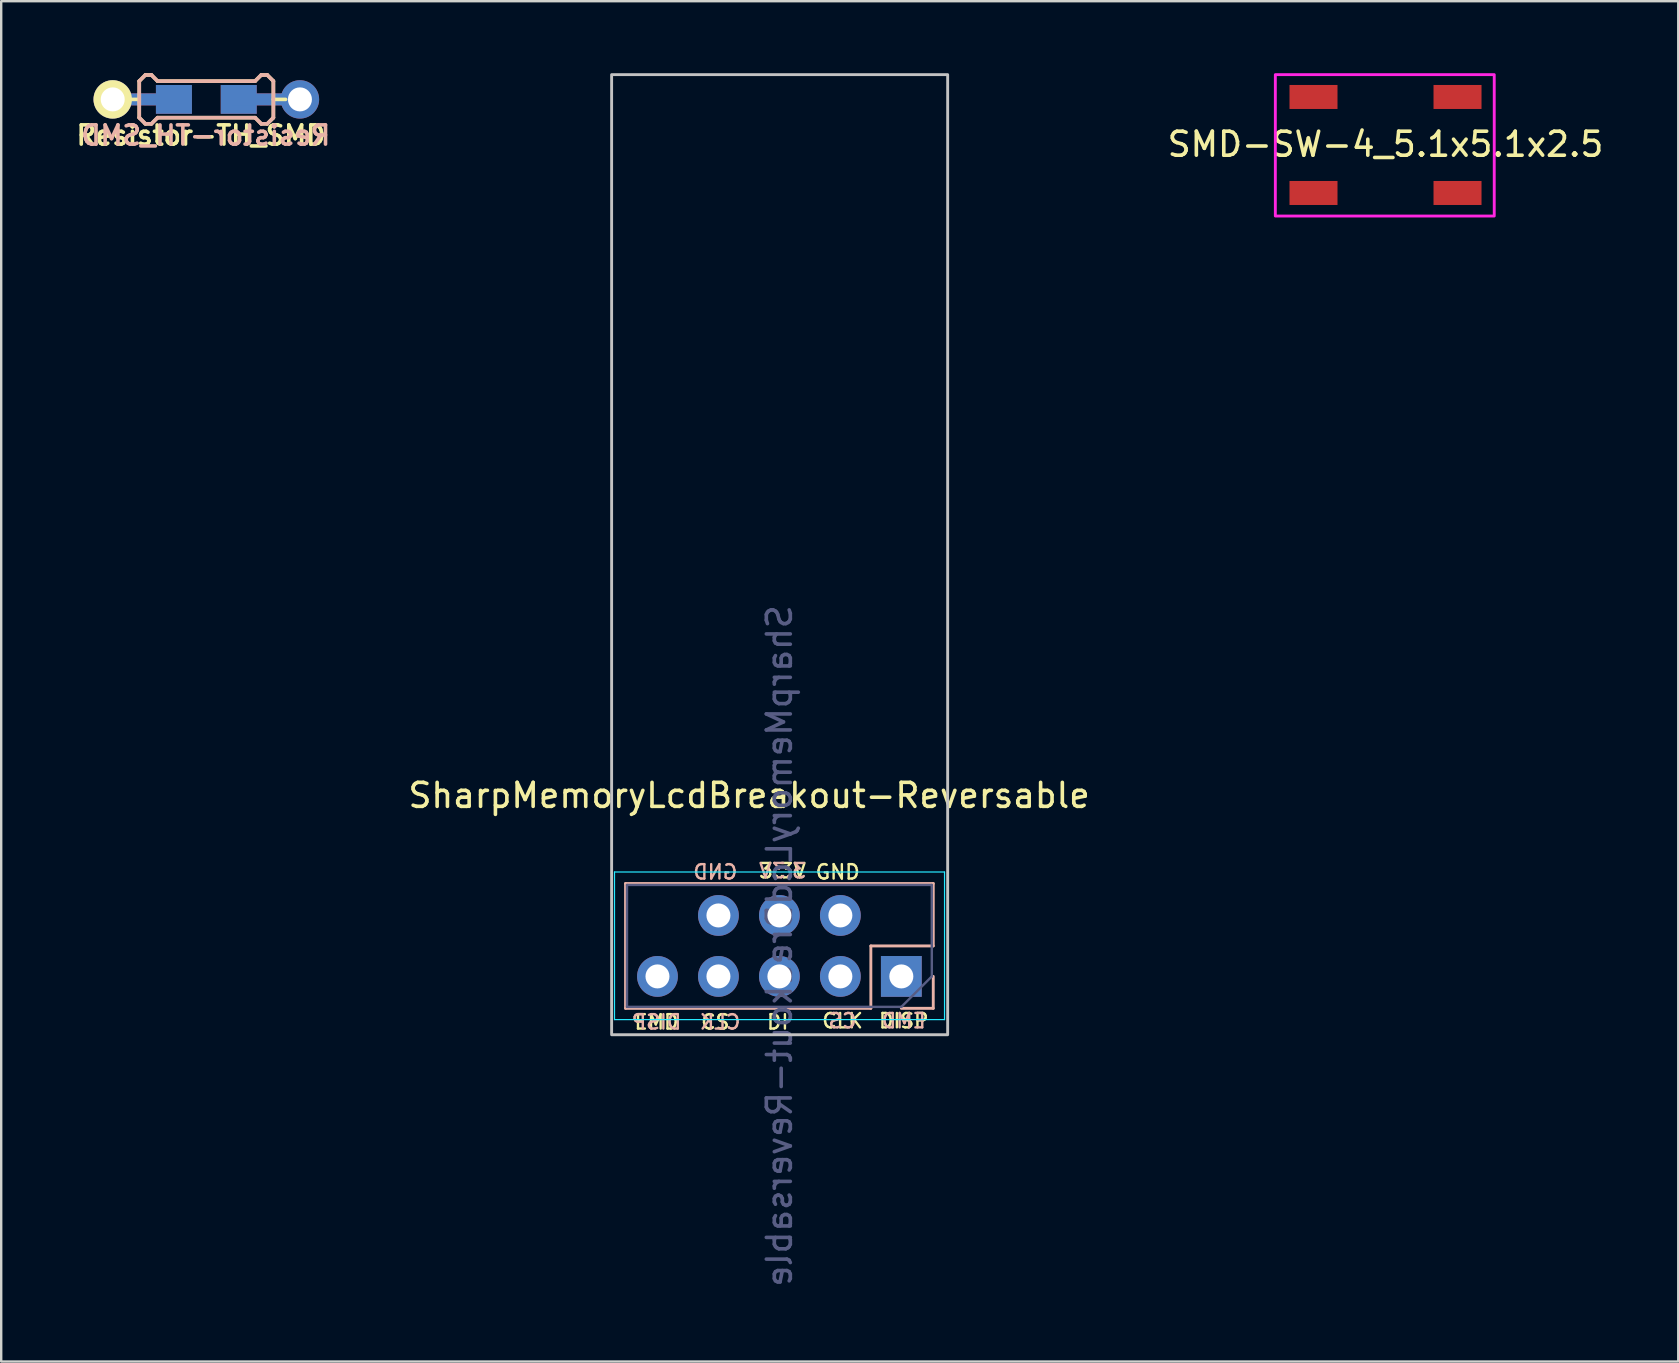
<source format=kicad_pcb>
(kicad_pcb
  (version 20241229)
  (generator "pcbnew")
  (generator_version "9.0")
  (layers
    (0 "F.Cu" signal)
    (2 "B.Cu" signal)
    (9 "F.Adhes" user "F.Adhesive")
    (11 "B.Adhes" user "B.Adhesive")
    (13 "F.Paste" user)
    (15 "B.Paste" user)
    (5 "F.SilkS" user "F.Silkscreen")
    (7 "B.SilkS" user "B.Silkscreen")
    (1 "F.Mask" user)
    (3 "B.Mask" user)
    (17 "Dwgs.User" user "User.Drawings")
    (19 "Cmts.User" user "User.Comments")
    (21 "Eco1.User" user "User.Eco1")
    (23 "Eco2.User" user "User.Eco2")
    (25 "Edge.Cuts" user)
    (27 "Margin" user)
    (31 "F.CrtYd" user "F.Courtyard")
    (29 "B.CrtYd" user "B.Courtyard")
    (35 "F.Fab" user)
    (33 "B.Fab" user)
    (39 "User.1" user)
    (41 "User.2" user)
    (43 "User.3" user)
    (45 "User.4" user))
  (footprint "Resistor-TH_SMD"
    (layer "F.Cu")
    (at 5.546 1.091)
    (property "Reference" "Resistor-TH_SMD" (at -0.025 1.5 0) (layer "B.SilkS") (effects (font (size 0.8 0.8) (thickness 0.15)) (justify mirror)))
    (attr smd)
    (fp_line (start -3.302 0) (end -2.794 0) (stroke (width 0.15) (type solid)) (layer "F.SilkS"))
    (fp_line (start -2.794 -0.762) (end -2.54 -1.016) (stroke (width 0.15) (type solid)) (layer "F.SilkS"))
    (fp_line (start -2.794 0.762) (end -2.794 -0.762) (stroke (width 0.15) (type solid)) (layer "F.SilkS"))
    (fp_line (start -2.54 -1.016) (end -2.286 -1.016) (stroke (width 0.15) (type solid)) (layer "F.SilkS"))
    (fp_line (start -2.54 1.016) (end -2.794 0.762) (stroke (width 0.15) (type solid)) (layer "F.SilkS"))
    (fp_line (start -2.286 -1.016) (end -2.032 -0.762) (stroke (width 0.15) (type solid)) (layer "F.SilkS"))
    (fp_line (start -2.286 1.016) (end -2.54 1.016) (stroke (width 0.15) (type solid)) (layer "F.SilkS"))
    (fp_line (start -2.032 -0.762) (end 2.032 -0.762) (stroke (width 0.15) (type solid)) (layer "F.SilkS"))
    (fp_line (start -2.032 0.762) (end -2.286 1.016) (stroke (width 0.15) (type solid)) (layer "F.SilkS"))
    (fp_line (start 2.032 -0.762) (end 2.286 -1.016) (stroke (width 0.15) (type solid)) (layer "F.SilkS"))
    (fp_line (start 2.032 0.762) (end -2.032 0.762) (stroke (width 0.15) (type solid)) (layer "F.SilkS"))
    (fp_line (start 2.286 -1.016) (end 2.54 -1.016) (stroke (width 0.15) (type solid)) (layer "F.SilkS"))
    (fp_line (start 2.286 1.016) (end 2.032 0.762) (stroke (width 0.15) (type solid)) (layer "F.SilkS"))
    (fp_line (start 2.54 -1.016) (end 2.794 -0.762) (stroke (width 0.15) (type solid)) (layer "F.SilkS"))
    (fp_line (start 2.54 1.016) (end 2.286 1.016) (stroke (width 0.15) (type solid)) (layer "F.SilkS"))
    (fp_line (start 2.794 -0.762) (end 2.794 0.762) (stroke (width 0.15) (type solid)) (layer "F.SilkS"))
    (fp_line (start 2.794 0) (end 3.302 0) (stroke (width 0.15) (type solid)) (layer "F.SilkS"))
    (fp_line (start 2.794 0.762) (end 2.54 1.016) (stroke (width 0.15) (type solid)) (layer "F.SilkS"))
    (fp_line (start -2.794 -0.762) (end -2.794 0.762) (stroke (width 0.15) (type solid)) (layer "B.SilkS"))
    (fp_line (start -2.794 0.762) (end -2.54 1.016) (stroke (width 0.15) (type solid)) (layer "B.SilkS"))
    (fp_line (start -2.54 -1.016) (end -2.794 -0.762) (stroke (width 0.15) (type solid)) (layer "B.SilkS"))
    (fp_line (start -2.54 1.016) (end -2.286 1.016) (stroke (width 0.15) (type solid)) (layer "B.SilkS"))
    (fp_line (start -2.286 -1.016) (end -2.54 -1.016) (stroke (width 0.15) (type solid)) (layer "B.SilkS"))
    (fp_line (start -2.286 1.016) (end -2.032 0.762) (stroke (width 0.15) (type solid)) (layer "B.SilkS"))
    (fp_line (start -2.032 -0.762) (end -2.286 -1.016) (stroke (width 0.15) (type solid)) (layer "B.SilkS"))
    (fp_line (start -2.032 0.762) (end 2.032 0.762) (stroke (width 0.15) (type solid)) (layer "B.SilkS"))
    (fp_line (start 2.032 -0.762) (end -2.032 -0.762) (stroke (width 0.15) (type solid)) (layer "B.SilkS"))
    (fp_line (start 2.032 0.762) (end 2.286 1.016) (stroke (width 0.15) (type solid)) (layer "B.SilkS"))
    (fp_line (start 2.286 -1.016) (end 2.032 -0.762) (stroke (width 0.15) (type solid)) (layer "B.SilkS"))
    (fp_line (start 2.286 1.016) (end 2.54 1.016) (stroke (width 0.15) (type solid)) (layer "B.SilkS"))
    (fp_line (start 2.54 -1.016) (end 2.286 -1.016) (stroke (width 0.15) (type solid)) (layer "B.SilkS"))
    (fp_line (start 2.54 1.016) (end 2.794 0.762) (stroke (width 0.15) (type solid)) (layer "B.SilkS"))
    (fp_line (start 2.794 -0.762) (end 2.54 -1.016) (stroke (width 0.15) (type solid)) (layer "B.SilkS"))
    (fp_line (start 2.794 0.762) (end 2.794 -0.762) (stroke (width 0.15) (type solid)) (layer "B.SilkS"))
    (fp_text user "${REFERENCE}" (at -0.22 1.5 0) (layer "F.SilkS") (effects (font (size 0.8 0.8) (thickness 0.15))))
    (pad "1" smd rect (at 1.35 0) (size 1.5 1.2) (layers "F.Cu" "F.Mask" "F.Paste"))
    (pad "1" smd rect (at 1.35 0) (size 1.5 1.2) (layers "B.Cu" "B.Mask" "B.Paste"))
    (pad "1" smd rect (at 2.5 0) (size 2.9 0.5) (layers "F.Cu"))
    (pad "1" smd rect (at 2.5 0) (size 2.9 0.5) (layers "B.Cu"))
    (pad "1" thru_hole circle (at 3.9 0) (size 1.6 1.6) (drill 1) (layers "*.Cu" "*.Mask"))
    (pad "2" thru_hole circle (at -3.9 0) (size 1.6 1.6) (drill 1) (layers "*.Cu" "*.Mask" "F.SilkS"))
    (pad "2" smd rect (at -2.5 0) (size 2.9 0.5) (layers "F.Cu"))
    (pad "2" smd rect (at -2.5 0) (size 2.9 0.5) (layers "B.Cu"))
    (pad "2" smd rect (at -1.35 0) (size 1.5 1.2) (layers "F.Cu" "F.Mask" "F.Paste"))
    (pad "2" smd rect (at -1.35 0) (size 1.5 1.2) (layers "B.Cu" "B.Mask" "B.Paste")))
  (footprint "SMD-SW-4_5.1x5.1x2.5"
    (layer "F.Cu")
    (at 54.674 2.99)
    (property "Reference" "SMD-SW-4_5.1x5.1x2.5" (at 0 -0.03 0) (unlocked yes) (layer "F.SilkS") (effects (font (size 1 1) (thickness 0.15))))
    (fp_rect (start -4.59 -2.93) (end 4.53 2.96) (stroke (width 0.12) (type solid)) (fill no) (layer "F.CrtYd"))
    (fp_line (start -2.54 -1.16) (end -2.54 1.14) (stroke (width 0.12) (type solid)) (layer "User.1"))
    (fp_line (start -1.14 -2.56) (end -2.54 -1.16) (stroke (width 0.12) (type solid)) (layer "User.1"))
    (fp_line (start -1.14 2.54) (end -2.54 1.14) (stroke (width 0.12) (type solid)) (layer "User.1"))
    (fp_line (start -1.14 2.54) (end 1.16 2.54) (stroke (width 0.12) (type solid)) (layer "User.1"))
    (fp_line (start 1.16 -2.56) (end -1.14 -2.56) (stroke (width 0.12) (type solid)) (layer "User.1"))
    (fp_line (start 1.16 -2.56) (end 2.56 -1.16) (stroke (width 0.12) (type solid)) (layer "User.1"))
    (fp_line (start 2.56 1.14) (end 1.16 2.54) (stroke (width 0.12) (type solid)) (layer "User.1"))
    (fp_line (start 2.56 1.14) (end 2.56 -1.16) (stroke (width 0.12) (type solid)) (layer "User.1"))
    (pad "1" smd rect (at -3 -2) (size 2 1) (layers "F.Cu" "F.Mask" "F.Paste"))
    (pad "1" smd rect (at 3 -2) (size 2 1) (layers "F.Cu" "F.Mask" "F.Paste"))
    (pad "2" smd rect (at -3 2) (size 2 1) (layers "F.Cu" "F.Mask" "F.Paste"))
    (pad "2" smd rect (at 3 2) (size 2 1) (layers "F.Cu" "F.Mask" "F.Paste")))
  (footprint "SharpMemoryLcdBreakout-Reversable"
    (layer "F.Cu")
    (at 29.432 32.86)
    (property "Reference" "SharpMemoryLcdBreakout-Reversable" (at -1.27 -2.77 0) (layer "F.SilkS") (effects (font (size 1 1) (thickness 0.15))))
    (attr through_hole)
    (fp_line (start -6.42 6.1) (end -6.42 0.9) (stroke (width 0.12) (type solid)) (layer "B.SilkS"))
    (fp_line (start 3.8 3.5) (end 6.4 3.5) (stroke (width 0.12) (type solid)) (layer "B.SilkS"))
    (fp_line (start 3.8 6.1) (end -6.42 6.1) (stroke (width 0.12) (type solid)) (layer "B.SilkS"))
    (fp_line (start 3.8 6.1) (end 3.8 3.5) (stroke (width 0.12) (type solid)) (layer "B.SilkS"))
    (fp_line (start 5.07 6.1) (end 6.4 6.1) (stroke (width 0.12) (type solid)) (layer "B.SilkS"))
    (fp_line (start 6.4 0.9) (end -6.42 0.9) (stroke (width 0.12) (type solid)) (layer "B.SilkS"))
    (fp_line (start 6.4 3.5) (end 6.4 0.9) (stroke (width 0.12) (type solid)) (layer "B.SilkS"))
    (fp_line (start 6.4 6.1) (end 6.4 4.77) (stroke (width 0.12) (type solid)) (layer "B.SilkS"))
    (fp_rect (start -7 -32.8) (end 7 7.2) (stroke (width 0.12) (type solid)) (fill no) (layer "Dwgs.User"))
    (fp_line (start -6.88 0.42) (end 6.87 0.42) (stroke (width 0.05) (type solid)) (layer "B.CrtYd"))
    (fp_line (start -6.88 6.57) (end -6.88 0.42) (stroke (width 0.05) (type solid)) (layer "B.CrtYd"))
    (fp_line (start 6.87 0.42) (end 6.87 6.57) (stroke (width 0.05) (type solid)) (layer "B.CrtYd"))
    (fp_line (start 6.87 6.57) (end -6.88 6.57) (stroke (width 0.05) (type solid)) (layer "B.CrtYd"))
    (fp_line (start -6.36 0.96) (end -6.36 6.04) (stroke (width 0.1) (type solid)) (layer "B.Fab"))
    (fp_line (start -6.36 6.04) (end 5.07 6.04) (stroke (width 0.1) (type solid)) (layer "B.Fab"))
    (fp_line (start 5.07 6.04) (end 6.34 4.77) (stroke (width 0.1) (type solid)) (layer "B.Fab"))
    (fp_line (start 6.34 0.96) (end -6.36 0.96) (stroke (width 0.1) (type solid)) (layer "B.Fab"))
    (fp_line (start 6.34 4.77) (end 6.34 0.96) (stroke (width 0.1) (type solid)) (layer "B.Fab"))
    (fp_text user "3.3V" (at 0.12 0.37 0) (unlocked yes) (layer "F.SilkS") (effects (font (size 0.6 0.6) (thickness 0.1))))
    (fp_text user "CLK" (at 2.62 6.62 0) (unlocked yes) (layer "F.SilkS") (effects (font (size 0.6 0.6) (thickness 0.1))))
    (fp_text user "EMD" (at -5.13 6.67 0) (unlocked yes) (layer "F.SilkS") (effects (font (size 0.6 0.6) (thickness 0.1))))
    (fp_text user "DI" (at -0.08 6.67 0) (unlocked yes) (layer "F.SilkS") (effects (font (size 0.6 0.6) (thickness 0.1))))
    (fp_text user "GND" (at 2.42 0.42 0) (unlocked yes) (layer "F.SilkS") (effects (font (size 0.6 0.6) (thickness 0.1))))
    (fp_text user "DISP" (at 5.17 6.62 0) (unlocked yes) (layer "F.SilkS") (effects (font (size 0.6 0.6) (thickness 0.1))))
    (fp_text user "CS" (at -2.68 6.67 0) (unlocked yes) (layer "F.SilkS") (effects (font (size 0.6 0.6) (thickness 0.1))))
    (fp_text user "3.3V" (at 0.12 0.37 0) (unlocked yes) (layer "B.SilkS") (effects (font (size 0.6 0.6) (thickness 0.1)) (justify mirror)))
    (fp_text user "CS" (at 2.62 6.62 0) (unlocked yes) (layer "B.SilkS") (effects (font (size 0.6 0.6) (thickness 0.1)) (justify mirror)))
    (fp_text user "EMD" (at 5.17 6.62 0) (unlocked yes) (layer "B.SilkS") (effects (font (size 0.6 0.6) (thickness 0.1)) (justify mirror)))
    (fp_text user "CLK" (at -2.48 6.67 0) (unlocked yes) (layer "B.SilkS") (effects (font (size 0.6 0.6) (thickness 0.1)) (justify mirror)))
    (fp_text user "GND" (at -2.68 0.42 0) (unlocked yes) (layer "B.SilkS") (effects (font (size 0.6 0.6) (thickness 0.1)) (justify mirror)))
    (fp_text user "DISP" (at -5.13 6.67 0) (unlocked yes) (layer "B.SilkS") (effects (font (size 0.6 0.6) (thickness 0.1)) (justify mirror)))
    (fp_text user "${REFERENCE}" (at -0.01 3.5 270) (layer "B.Fab") (effects (font (size 1 1) (thickness 0.15)) (justify mirror)))
    (pad "1" thru_hole rect (at 5.07 4.77 270) (size 1.7 1.7) (drill 1) (layers "*.Cu" "*.Mask"))
    (pad "2" thru_hole oval (at 2.53 4.77 270) (size 1.7 1.7) (drill 1) (layers "*.Cu" "*.Mask"))
    (pad "3" thru_hole oval (at -0.01 4.77 270) (size 1.7 1.7) (drill 1) (layers "*.Cu" "*.Mask"))
    (pad "4" thru_hole oval (at -2.55 4.77 270) (size 1.7 1.7) (drill 1) (layers "*.Cu" "*.Mask"))
    (pad "5" thru_hole oval (at -5.09 4.77 270) (size 1.7 1.7) (drill 1) (layers "*.Cu" "*.Mask"))
    (pad "6" thru_hole oval (at -2.55 2.23 270) (size 1.7 1.7) (drill 1) (layers "*.Cu" "*.Mask"))
    (pad "6" thru_hole oval (at 2.53 2.23 270) (size 1.7 1.7) (drill 1) (layers "*.Cu" "*.Mask"))
    (pad "7" thru_hole oval (at -0.01 2.23 270) (size 1.7 1.7) (drill 1) (layers "*.Cu" "*.Mask")))
  (gr_rect
    (start -3 -3)
    (end 66.87 53.675)
    (stroke (width 0.1) (type default))
    (fill no)
    (layer "Edge.Cuts")))
</source>
